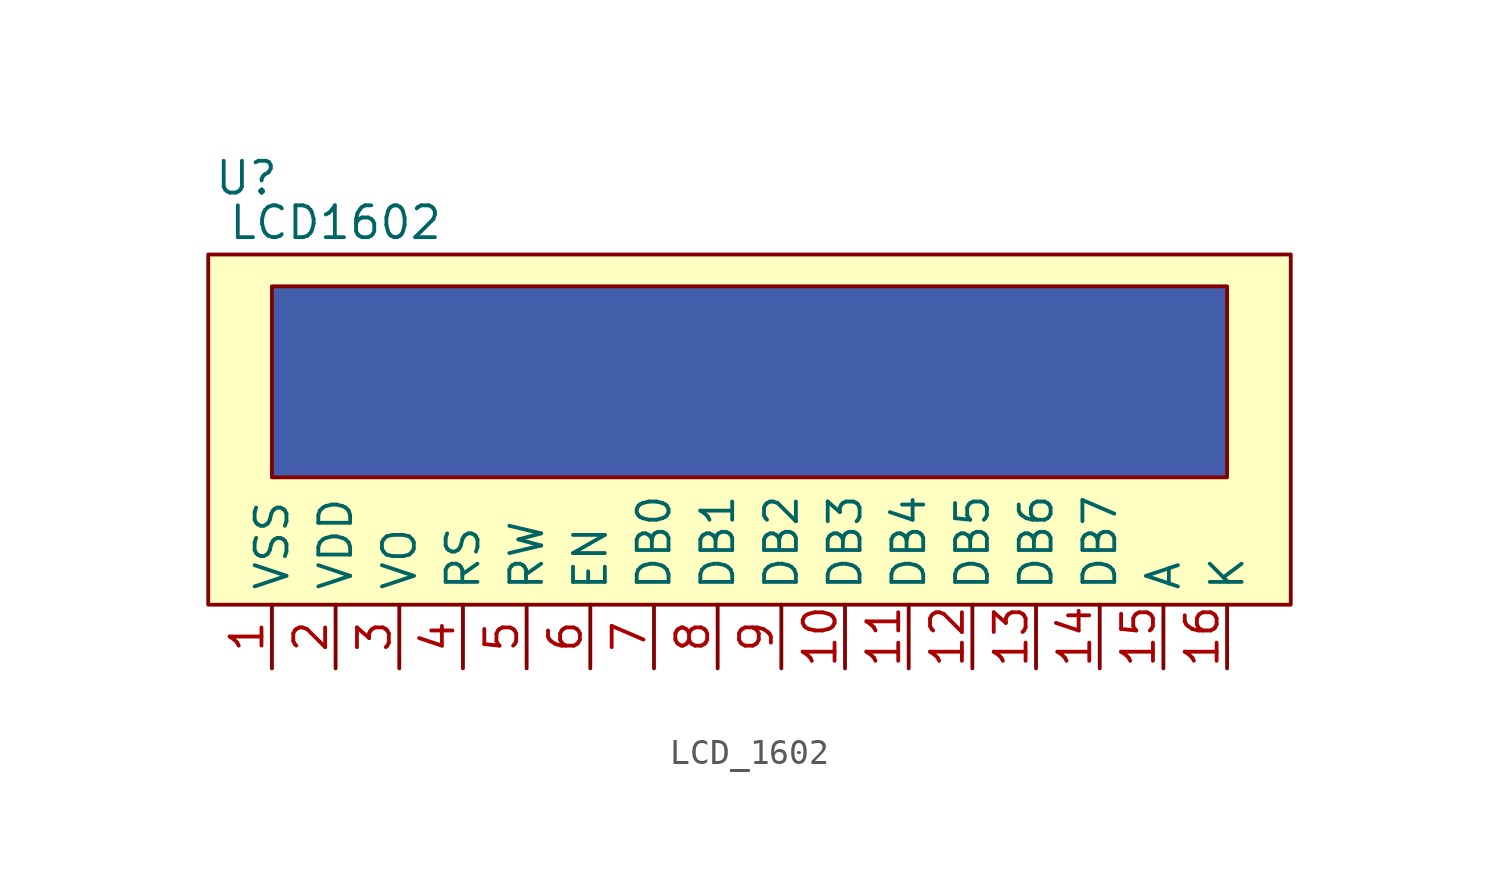
<source format=kicad_sym>
(kicad_symbol_lib
  (version 20231120)
  (generator "kicad_symbol_editor")
  (generator_version "8.0")
  (symbol "LCD_1602"
    (property "Reference" "U"
      (at -18.796 9.398 0)
      (effects (font (size 1.27 1.27))))
    (property "Value" "LCD1602"
      (at -15.24 7.62 0)
      (effects (font (size 1.27 1.27))))
    (symbol "LCD_1602_1_1"
      (rectangle (start -20.32 6.35) (end 22.86 -7.62) (stroke (width 0) (type default)) (fill (type background)))
      (rectangle (start -17.78 5.08) (end 20.32 -2.54) (stroke (width 0) (type default)) (fill (type color) (color 66 93 170 1)))
      (pin power_in line (at -17.78 -10.16 90) (length 2.54) (name "VSS" (effects (font (size 1.27 1.27)))) (number "1" (effects (font (size 1.27 1.27)))))
      (pin input line (at 5.08 -10.16 90) (length 2.54) (name "DB3" (effects (font (size 1.27 1.27)))) (number "10" (effects (font (size 1.27 1.27)))))
      (pin input line (at 7.62 -10.16 90) (length 2.54) (name "DB4" (effects (font (size 1.27 1.27)))) (number "11" (effects (font (size 1.27 1.27)))))
      (pin input line (at 10.16 -10.16 90) (length 2.54) (name "DB5" (effects (font (size 1.27 1.27)))) (number "12" (effects (font (size 1.27 1.27)))))
      (pin input line (at 12.7 -10.16 90) (length 2.54) (name "DB6" (effects (font (size 1.27 1.27)))) (number "13" (effects (font (size 1.27 1.27)))))
      (pin input line (at 15.24 -10.16 90) (length 2.54) (name "DB7" (effects (font (size 1.27 1.27)))) (number "14" (effects (font (size 1.27 1.27)))))
      (pin power_in line (at 17.78 -10.16 90) (length 2.54) (name "A" (effects (font (size 1.27 1.27)))) (number "15" (effects (font (size 1.27 1.27)))))
      (pin power_in line (at 20.32 -10.16 90) (length 2.54) (name "K" (effects (font (size 1.27 1.27)))) (number "16" (effects (font (size 1.27 1.27)))))
      (pin power_in line (at -15.24 -10.16 90) (length 2.54) (name "VDD" (effects (font (size 1.27 1.27)))) (number "2" (effects (font (size 1.27 1.27)))))
      (pin passive line (at -12.7 -10.16 90) (length 2.54) (name "VO" (effects (font (size 1.27 1.27)))) (number "3" (effects (font (size 1.27 1.27)))))
      (pin input line (at -10.16 -10.16 90) (length 2.54) (name "RS" (effects (font (size 1.27 1.27)))) (number "4" (effects (font (size 1.27 1.27)))))
      (pin input line (at -7.62 -10.16 90) (length 2.54) (name "RW" (effects (font (size 1.27 1.27)))) (number "5" (effects (font (size 1.27 1.27)))))
      (pin input line (at -5.08 -10.16 90) (length 2.54) (name "EN" (effects (font (size 1.27 1.27)))) (number "6" (effects (font (size 1.27 1.27)))))
      (pin input line (at -2.54 -10.16 90) (length 2.54) (name "DB0" (effects (font (size 1.27 1.27)))) (number "7" (effects (font (size 1.27 1.27)))))
      (pin input line (at 0 -10.16 90) (length 2.54) (name "DB1" (effects (font (size 1.27 1.27)))) (number "8" (effects (font (size 1.27 1.27)))))
      (pin input line (at 2.54 -10.16 90) (length 2.54) (name "DB2" (effects (font (size 1.27 1.27)))) (number "9" (effects (font (size 1.27 1.27))))))))
</source>
